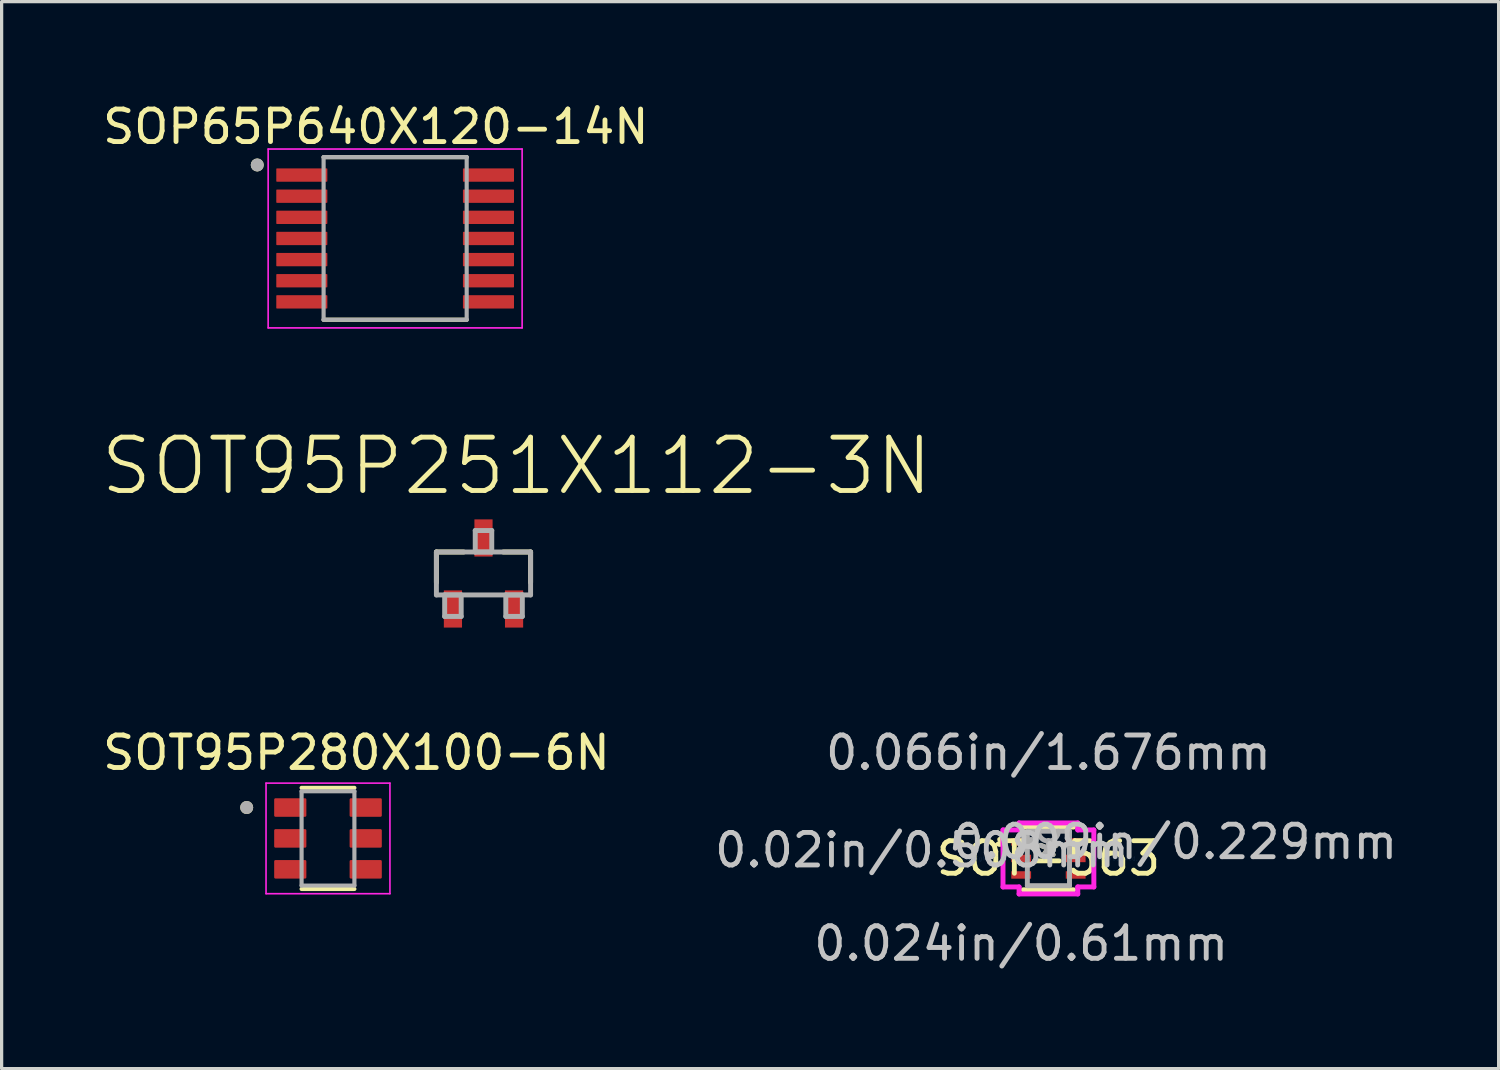
<source format=kicad_pcb>
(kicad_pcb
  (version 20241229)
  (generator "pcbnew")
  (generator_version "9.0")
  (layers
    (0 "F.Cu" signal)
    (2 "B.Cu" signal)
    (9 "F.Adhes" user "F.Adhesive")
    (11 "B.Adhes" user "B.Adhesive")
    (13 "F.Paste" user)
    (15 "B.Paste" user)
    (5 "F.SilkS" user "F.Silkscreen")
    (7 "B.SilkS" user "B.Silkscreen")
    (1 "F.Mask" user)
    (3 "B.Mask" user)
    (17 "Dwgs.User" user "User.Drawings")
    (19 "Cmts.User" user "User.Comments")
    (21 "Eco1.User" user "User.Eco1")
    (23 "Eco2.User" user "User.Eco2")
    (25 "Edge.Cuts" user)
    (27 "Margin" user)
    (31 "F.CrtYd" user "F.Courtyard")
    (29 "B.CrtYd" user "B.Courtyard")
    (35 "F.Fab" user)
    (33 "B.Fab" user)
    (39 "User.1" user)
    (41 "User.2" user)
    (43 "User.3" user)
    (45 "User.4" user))
  (footprint "SOT95P251X112-3N"
    (layer "F.Cu")
    (at 11.818 14.585)
    (property "Reference" "SOT95P251X112-3N" (at 1.016 -3.303 0) (layer "F.SilkS") (effects (font (size 1.641 1.641) (thickness 0.15))))
    (attr through_hole)
    (fp_line (start -1.448 -0.66) (end -1.448 0.279) (stroke (width 0.152) (type solid)) (layer "F.SilkS"))
    (fp_line (start -0.61 -0.66) (end -1.448 -0.66) (stroke (width 0.152) (type solid)) (layer "F.SilkS"))
    (fp_line (start 1.448 -0.66) (end 0.61 -0.66) (stroke (width 0.152) (type solid)) (layer "F.SilkS"))
    (fp_line (start 1.448 0.279) (end 1.448 -0.66) (stroke (width 0.152) (type solid)) (layer "F.SilkS"))
    (fp_line (start -1.448 -0.66) (end -1.448 0.66) (stroke (width 0.152) (type solid)) (layer "F.Fab"))
    (fp_line (start -1.448 0.66) (end 1.448 0.66) (stroke (width 0.152) (type solid)) (layer "F.Fab"))
    (fp_line (start -1.194 0.66) (end -1.194 1.321) (stroke (width 0.152) (type solid)) (layer "F.Fab"))
    (fp_line (start -1.194 1.321) (end -0.686 1.321) (stroke (width 0.152) (type solid)) (layer "F.Fab"))
    (fp_line (start -0.686 0.66) (end -1.194 0.66) (stroke (width 0.152) (type solid)) (layer "F.Fab"))
    (fp_line (start -0.686 1.321) (end -0.686 0.66) (stroke (width 0.152) (type solid)) (layer "F.Fab"))
    (fp_line (start -0.254 -1.321) (end -0.254 -0.66) (stroke (width 0.152) (type solid)) (layer "F.Fab"))
    (fp_line (start -0.254 -0.66) (end 0.254 -0.66) (stroke (width 0.152) (type solid)) (layer "F.Fab"))
    (fp_line (start 0.254 -1.321) (end -0.254 -1.321) (stroke (width 0.152) (type solid)) (layer "F.Fab"))
    (fp_line (start 0.254 -0.66) (end 0.254 -1.321) (stroke (width 0.152) (type solid)) (layer "F.Fab"))
    (fp_line (start 0.686 0.66) (end 0.686 1.321) (stroke (width 0.152) (type solid)) (layer "F.Fab"))
    (fp_line (start 0.686 1.321) (end 1.194 1.321) (stroke (width 0.152) (type solid)) (layer "F.Fab"))
    (fp_line (start 1.194 0.66) (end 0.686 0.66) (stroke (width 0.152) (type solid)) (layer "F.Fab"))
    (fp_line (start 1.194 1.321) (end 1.194 0.66) (stroke (width 0.152) (type solid)) (layer "F.Fab"))
    (fp_line (start 1.448 -0.66) (end -1.448 -0.66) (stroke (width 0.152) (type solid)) (layer "F.Fab"))
    (fp_line (start 1.448 0.66) (end 1.448 -0.66) (stroke (width 0.152) (type solid)) (layer "F.Fab"))
    (pad "1" smd rect (at -0.94 1.092) (size 0.559 1.143) (layers "F.Cu" "F.Mask" "F.Paste"))
    (pad "2" smd rect (at 0.94 1.092) (size 0.559 1.143) (layers "F.Cu" "F.Mask" "F.Paste"))
    (pad "3" smd rect (at 0 -1.092) (size 0.559 1.143) (layers "F.Cu" "F.Mask" "F.Paste")))
  (footprint "SOT-563"
    (layer "F.Cu")
    (at 29.19 23.348)
    (property "Reference" "SOT-563" (at 0 0 0) (layer "F.SilkS") (effects (font (size 1 1) (thickness 0.15))))
    (attr through_hole)
    (fp_line (start -0.775 0.965) (end 0.775 0.965) (stroke (width 0.152) (type solid)) (layer "F.SilkS"))
    (fp_line (start 0.775 -0.965) (end -0.775 -0.965) (stroke (width 0.152) (type solid)) (layer "F.SilkS"))
    (fp_arc (start -1.4986 -0.5842) (mid -1.42591 -0.48514) (end -1.542214 -0.445516) (stroke (width 0.1524) (type solid)) (layer "F.SilkS"))
    (fp_line (start -1.397 -0.876) (end -0.902 -0.876) (stroke (width 0.152) (type solid)) (layer "F.CrtYd"))
    (fp_line (start -1.397 0.876) (end -1.397 -0.876) (stroke (width 0.152) (type solid)) (layer "F.CrtYd"))
    (fp_line (start -0.902 -1.092) (end 0.902 -1.092) (stroke (width 0.152) (type solid)) (layer "F.CrtYd"))
    (fp_line (start -0.902 -0.876) (end -0.902 -1.092) (stroke (width 0.152) (type solid)) (layer "F.CrtYd"))
    (fp_line (start -0.902 0.876) (end -1.397 0.876) (stroke (width 0.152) (type solid)) (layer "F.CrtYd"))
    (fp_line (start -0.902 1.092) (end -0.902 0.876) (stroke (width 0.152) (type solid)) (layer "F.CrtYd"))
    (fp_line (start 0.902 -1.092) (end 0.902 -0.876) (stroke (width 0.152) (type solid)) (layer "F.CrtYd"))
    (fp_line (start 0.902 -0.876) (end 1.397 -0.876) (stroke (width 0.152) (type solid)) (layer "F.CrtYd"))
    (fp_line (start 0.902 0.876) (end 0.902 1.092) (stroke (width 0.152) (type solid)) (layer "F.CrtYd"))
    (fp_line (start 0.902 1.092) (end -0.902 1.092) (stroke (width 0.152) (type solid)) (layer "F.CrtYd"))
    (fp_line (start 1.397 -0.876) (end 1.397 0.876) (stroke (width 0.152) (type solid)) (layer "F.CrtYd"))
    (fp_line (start 1.397 0.876) (end 0.902 0.876) (stroke (width 0.152) (type solid)) (layer "F.CrtYd"))
    (fp_line (start -0.648 -0.838) (end -0.648 0.838) (stroke (width 0.152) (type solid)) (layer "F.Fab"))
    (fp_line (start -0.648 0.838) (end 0.648 0.838) (stroke (width 0.152) (type solid)) (layer "F.Fab"))
    (fp_line (start 0.648 -0.838) (end -0.648 -0.838) (stroke (width 0.152) (type solid)) (layer "F.Fab"))
    (fp_line (start 0.648 0.838) (end 0.648 -0.838) (stroke (width 0.152) (type solid)) (layer "F.Fab"))
    (fp_arc (start 0.3048 -0.8382) (mid 0 -0.5334) (end -0.3048 -0.8382) (stroke (width 0.1524) (type solid)) (layer "F.Fab"))
    (fp_circle (center -0.533 -0.508) (end -0.533 -0.508) (stroke (width 0.152) (type solid)) (fill no) (layer "F.Fab"))
    (fp_text user "*" (at 0 0 0) (layer "F.SilkS") (effects (font (size 1 1) (thickness 0.15))))
    (fp_text user "0.02in/0.508mm" (at -3.886 -0.254 0) (layer "Dwgs.User") (effects (font (size 1 1) (thickness 0.15))))
    (fp_text user "0.009in/0.229mm" (at 3.886 -0.508 0) (layer "Dwgs.User") (effects (font (size 1 1) (thickness 0.15))))
    (fp_text user "0.066in/1.676mm" (at 0 -3.251 0) (layer "Dwgs.User") (effects (font (size 1 1) (thickness 0.15))))
    (fp_text user "0.024in/0.61mm" (at -0.838 2.616 0) (layer "Dwgs.User") (effects (font (size 1 1) (thickness 0.15))))
    (fp_text user "Copyright 2016 Accelerated Designs. All rights reserved." (at 0 0 0) (layer "Cmts.User") (effects (font (size 0.127 0.127) (thickness 0.002))))
    (fp_text user "*" (at 0 0 0) (layer "F.Fab") (effects (font (size 1 1) (thickness 0.15))))
    (pad "1" smd rect (at -0.838 -0.508) (size 0.61 0.229) (layers "F.Cu" "F.Mask" "F.Paste"))
    (pad "2" smd rect (at -0.838 0) (size 0.61 0.229) (layers "F.Cu" "F.Mask" "F.Paste"))
    (pad "3" smd rect (at -0.838 0.508) (size 0.61 0.229) (layers "F.Cu" "F.Mask" "F.Paste"))
    (pad "4" smd rect (at 0.838 0.508) (size 0.61 0.229) (layers "F.Cu" "F.Mask" "F.Paste"))
    (pad "5" smd rect (at 0.838 0) (size 0.61 0.229) (layers "F.Cu" "F.Mask" "F.Paste"))
    (pad "6" smd rect (at 0.838 -0.508) (size 0.61 0.229) (layers "F.Cu" "F.Mask" "F.Paste")))
  (footprint "SOT95P280X100-6N"
    (layer "F.Cu")
    (at 7.036 22.732)
    (property "Reference" "SOT95P280X100-6N" (at 0.875 -2.635 0) (layer "F.SilkS") (effects (font (size 1 1) (thickness 0.15))))
    (attr through_hole)
    (fp_line (start -0.812 -1.555) (end 0.812 -1.555) (stroke (width 0.127) (type solid)) (layer "F.SilkS"))
    (fp_line (start -0.812 1.555) (end 0.812 1.555) (stroke (width 0.127) (type solid)) (layer "F.SilkS"))
    (fp_circle (center -2.5 -0.95) (end -2.4 -0.95) (stroke (width 0.2) (type solid)) (fill no) (layer "F.SilkS"))
    (fp_line (start -1.905 -1.7) (end 1.905 -1.7) (stroke (width 0.05) (type solid)) (layer "F.CrtYd"))
    (fp_line (start -1.905 1.7) (end -1.905 -1.7) (stroke (width 0.05) (type solid)) (layer "F.CrtYd"))
    (fp_line (start 1.905 -1.7) (end 1.905 1.7) (stroke (width 0.05) (type solid)) (layer "F.CrtYd"))
    (fp_line (start 1.905 1.7) (end -1.905 1.7) (stroke (width 0.05) (type solid)) (layer "F.CrtYd"))
    (fp_line (start -0.812 -1.45) (end -0.812 1.45) (stroke (width 0.127) (type solid)) (layer "F.Fab"))
    (fp_line (start -0.812 -1.45) (end 0.812 -1.45) (stroke (width 0.127) (type solid)) (layer "F.Fab"))
    (fp_line (start -0.812 1.45) (end 0.812 1.45) (stroke (width 0.127) (type solid)) (layer "F.Fab"))
    (fp_line (start 0.812 1.45) (end 0.812 -1.45) (stroke (width 0.127) (type solid)) (layer "F.Fab"))
    (fp_circle (center -2.5 -0.95) (end -2.4 -0.95) (stroke (width 0.2) (type solid)) (fill no) (layer "F.Fab"))
    (pad "1" smd roundrect (at -1.16 -0.95) (size 0.99 0.57) (layers "F.Cu" "F.Mask" "F.Paste") (roundrect_rratio 0.07))
    (pad "2" smd roundrect (at -1.16 0) (size 0.99 0.57) (layers "F.Cu" "F.Mask" "F.Paste") (roundrect_rratio 0.07))
    (pad "3" smd roundrect (at -1.16 0.95) (size 0.99 0.57) (layers "F.Cu" "F.Mask" "F.Paste") (roundrect_rratio 0.07))
    (pad "4" smd roundrect (at 1.16 0.95) (size 0.99 0.57) (layers "F.Cu" "F.Mask" "F.Paste") (roundrect_rratio 0.07))
    (pad "5" smd roundrect (at 1.16 0) (size 0.99 0.57) (layers "F.Cu" "F.Mask" "F.Paste") (roundrect_rratio 0.07))
    (pad "6" smd roundrect (at 1.16 -0.95) (size 0.99 0.57) (layers "F.Cu" "F.Mask" "F.Paste") (roundrect_rratio 0.07)))
  (footprint "SOP65P640X120-14N"
    (layer "F.Cu")
    (at 9.101 4.283)
    (property "Reference" "SOP65P640X120-14N" (at -0.595 -3.435 0) (layer "F.SilkS") (effects (font (size 1 1) (thickness 0.15))))
    (attr through_hole)
    (fp_line (start -2.2 -2.5) (end 2.2 -2.5) (stroke (width 0.127) (type solid)) (layer "F.SilkS"))
    (fp_line (start -2.2 2.5) (end 2.2 2.5) (stroke (width 0.127) (type solid)) (layer "F.SilkS"))
    (fp_circle (center -4.24 -2.26) (end -4.14 -2.26) (stroke (width 0.2) (type solid)) (fill no) (layer "F.SilkS"))
    (fp_line (start -3.905 -2.75) (end -3.905 2.75) (stroke (width 0.05) (type solid)) (layer "F.CrtYd"))
    (fp_line (start -3.905 -2.75) (end 3.905 -2.75) (stroke (width 0.05) (type solid)) (layer "F.CrtYd"))
    (fp_line (start -3.905 2.75) (end 3.905 2.75) (stroke (width 0.05) (type solid)) (layer "F.CrtYd"))
    (fp_line (start 3.905 -2.75) (end 3.905 2.75) (stroke (width 0.05) (type solid)) (layer "F.CrtYd"))
    (fp_line (start -2.2 -2.5) (end -2.2 2.5) (stroke (width 0.127) (type solid)) (layer "F.Fab"))
    (fp_line (start -2.2 -2.5) (end 2.2 -2.5) (stroke (width 0.127) (type solid)) (layer "F.Fab"))
    (fp_line (start -2.2 2.5) (end 2.2 2.5) (stroke (width 0.127) (type solid)) (layer "F.Fab"))
    (fp_line (start 2.2 -2.5) (end 2.2 2.5) (stroke (width 0.127) (type solid)) (layer "F.Fab"))
    (fp_circle (center -4.24 -2.26) (end -4.14 -2.26) (stroke (width 0.2) (type solid)) (fill no) (layer "F.Fab"))
    (pad "1" smd roundrect (at -2.87 -1.95) (size 1.57 0.41) (layers "F.Cu" "F.Mask" "F.Paste") (roundrect_rratio 0.05))
    (pad "2" smd roundrect (at -2.87 -1.3) (size 1.57 0.41) (layers "F.Cu" "F.Mask" "F.Paste") (roundrect_rratio 0.05))
    (pad "3" smd roundrect (at -2.87 -0.65) (size 1.57 0.41) (layers "F.Cu" "F.Mask" "F.Paste") (roundrect_rratio 0.05))
    (pad "4" smd roundrect (at -2.87 0) (size 1.57 0.41) (layers "F.Cu" "F.Mask" "F.Paste") (roundrect_rratio 0.05))
    (pad "5" smd roundrect (at -2.87 0.65) (size 1.57 0.41) (layers "F.Cu" "F.Mask" "F.Paste") (roundrect_rratio 0.05))
    (pad "6" smd roundrect (at -2.87 1.3) (size 1.57 0.41) (layers "F.Cu" "F.Mask" "F.Paste") (roundrect_rratio 0.05))
    (pad "7" smd roundrect (at -2.87 1.95) (size 1.57 0.41) (layers "F.Cu" "F.Mask" "F.Paste") (roundrect_rratio 0.05))
    (pad "8" smd roundrect (at 2.87 1.95) (size 1.57 0.41) (layers "F.Cu" "F.Mask" "F.Paste") (roundrect_rratio 0.05))
    (pad "9" smd roundrect (at 2.87 1.3) (size 1.57 0.41) (layers "F.Cu" "F.Mask" "F.Paste") (roundrect_rratio 0.05))
    (pad "10" smd roundrect (at 2.87 0.65) (size 1.57 0.41) (layers "F.Cu" "F.Mask" "F.Paste") (roundrect_rratio 0.05))
    (pad "11" smd roundrect (at 2.87 0) (size 1.57 0.41) (layers "F.Cu" "F.Mask" "F.Paste") (roundrect_rratio 0.05))
    (pad "12" smd roundrect (at 2.87 -0.65) (size 1.57 0.41) (layers "F.Cu" "F.Mask" "F.Paste") (roundrect_rratio 0.05))
    (pad "13" smd roundrect (at 2.87 -1.3) (size 1.57 0.41) (layers "F.Cu" "F.Mask" "F.Paste") (roundrect_rratio 0.05))
    (pad "14" smd roundrect (at 2.87 -1.95) (size 1.57 0.41) (layers "F.Cu" "F.Mask" "F.Paste") (roundrect_rratio 0.05)))
  (gr_rect
    (start -3 -3)
    (end 43.034 29.812)
    (stroke (width 0.1) (type default))
    (fill no)
    (layer "Edge.Cuts")))
</source>
